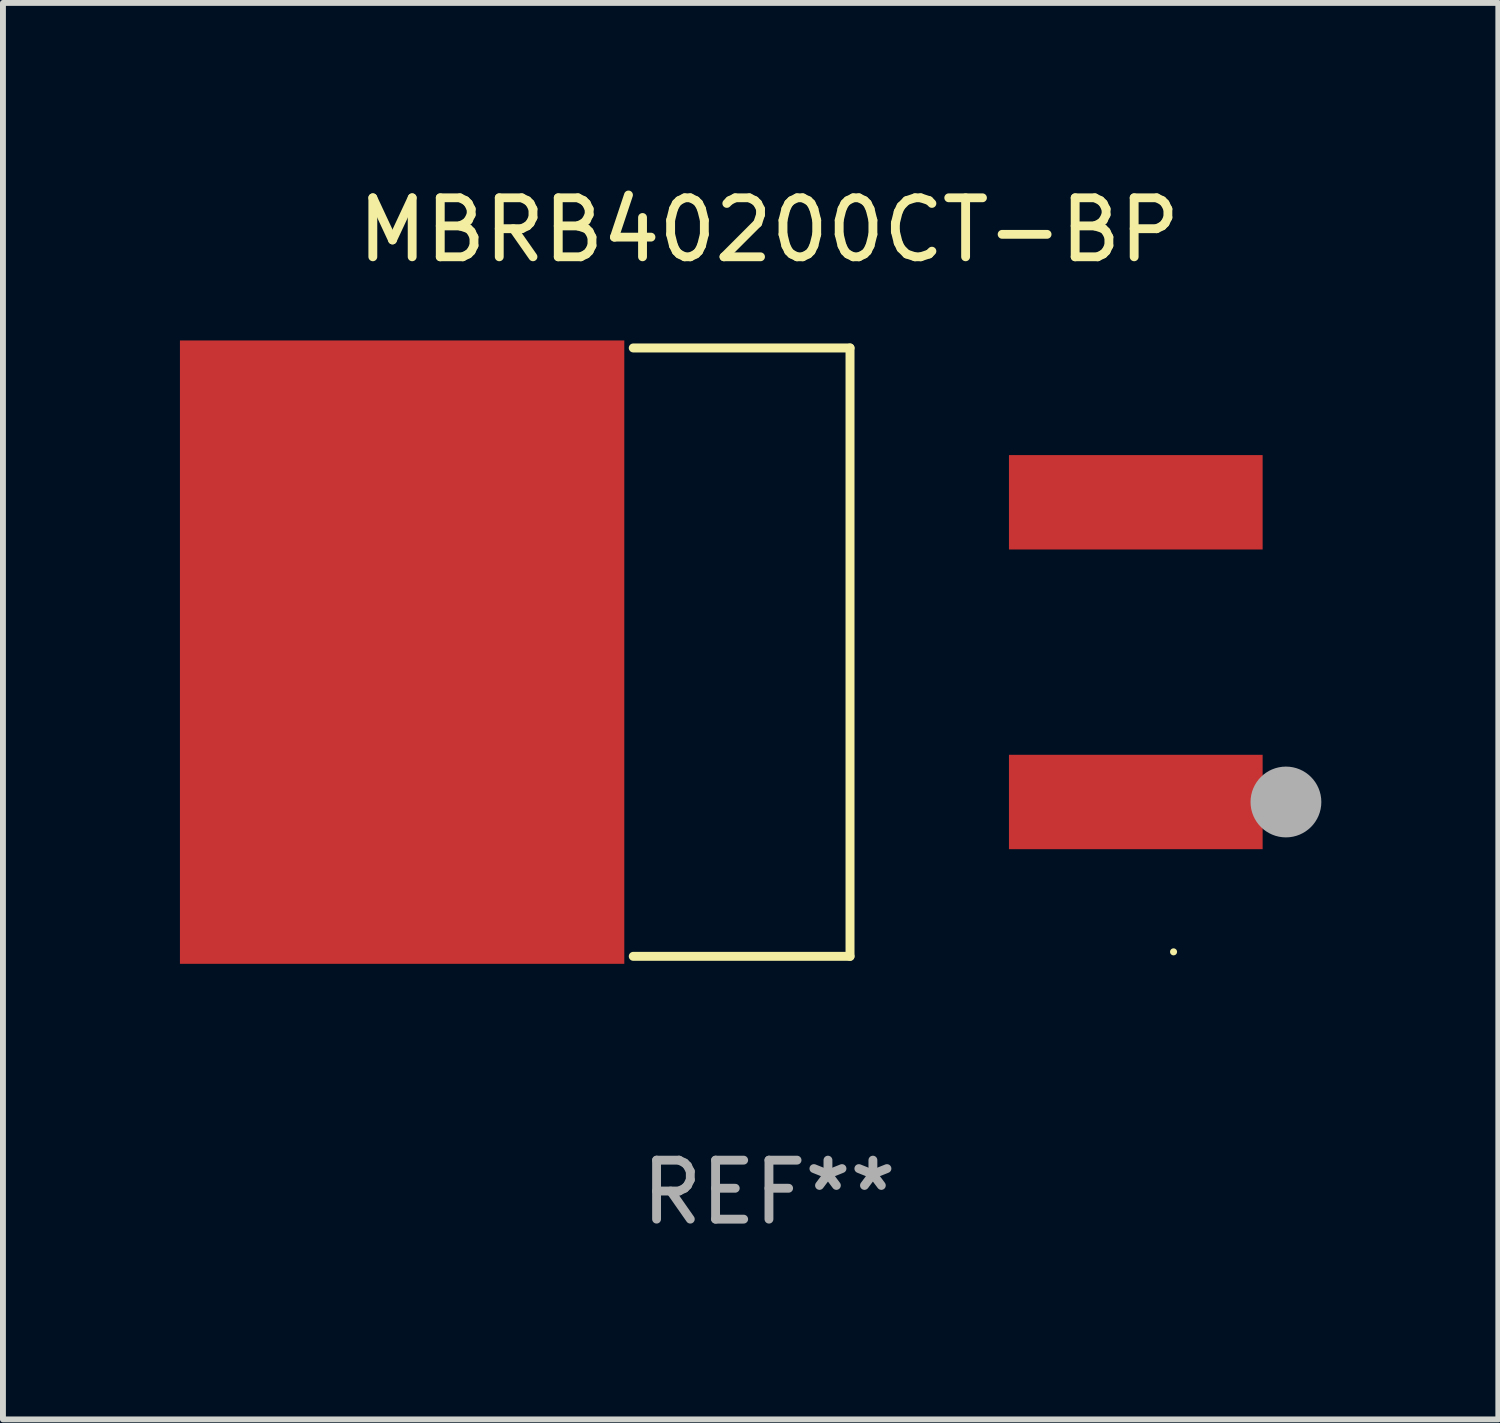
<source format=kicad_pcb>
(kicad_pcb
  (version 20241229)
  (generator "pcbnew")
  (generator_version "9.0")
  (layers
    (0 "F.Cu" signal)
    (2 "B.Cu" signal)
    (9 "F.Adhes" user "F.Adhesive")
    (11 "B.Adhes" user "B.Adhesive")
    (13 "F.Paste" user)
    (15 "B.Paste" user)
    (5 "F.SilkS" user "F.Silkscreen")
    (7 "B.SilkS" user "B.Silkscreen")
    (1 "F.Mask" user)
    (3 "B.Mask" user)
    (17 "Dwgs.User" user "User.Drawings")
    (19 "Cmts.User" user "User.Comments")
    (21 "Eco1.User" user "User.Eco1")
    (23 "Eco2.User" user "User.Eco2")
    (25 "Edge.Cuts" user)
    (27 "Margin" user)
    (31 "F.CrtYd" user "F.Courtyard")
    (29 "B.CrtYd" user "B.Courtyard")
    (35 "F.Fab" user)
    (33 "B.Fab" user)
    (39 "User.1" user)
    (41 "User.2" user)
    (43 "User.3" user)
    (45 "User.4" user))
  (footprint "MBRB40200CT-BP"
    (layer "F.Cu")
    (at 9.984 8.004)
    (property "Reference" "MBRB40200CT-BP" (at 0 -7.156 0) (layer "F.SilkS") (effects (font (size 1 1) (thickness 0.15))))
    (attr through_hole)
    (fp_line (start -2.3 -5.156) (end 1.374 -5.156) (stroke (width 0.152) (type solid)) (layer "F.SilkS"))
    (fp_line (start -2.3 5.156) (end 1.374 5.156) (stroke (width 0.152) (type solid)) (layer "F.SilkS"))
    (fp_line (start 1.374 5.156) (end 1.374 -5.156) (stroke (width 0.152) (type solid)) (layer "F.SilkS"))
    (fp_circle (center 6.858 5.08) (end 6.888 5.08) (stroke (width 0.06) (type solid)) (fill no) (layer "F.SilkS"))
    (fp_circle (center 8.763 2.54) (end 9.063 2.54) (stroke (width 0.6) (type solid)) (fill no) (layer "F.Fab"))
    (fp_text user "REF**" (at 0 9.156 0) (layer "F.Fab") (effects (font (size 1 1) (thickness 0.15))))
    (pad "1" smd rect (at 6.218 2.54 180) (size 4.3 1.6) (layers "F.Cu" "F.Mask" "F.Paste"))
    (pad "2" smd rect (at -6.218 0 180) (size 7.532 10.566) (layers "F.Cu" "F.Mask" "F.Paste"))
    (pad "3" smd rect (at 6.218 -2.54 180) (size 4.3 1.6) (layers "F.Cu" "F.Mask" "F.Paste")))
  (gr_rect
    (start -3 -3)
    (end 22.347 21.009)
    (stroke (width 0.1) (type default))
    (fill no)
    (layer "Edge.Cuts")))
</source>
